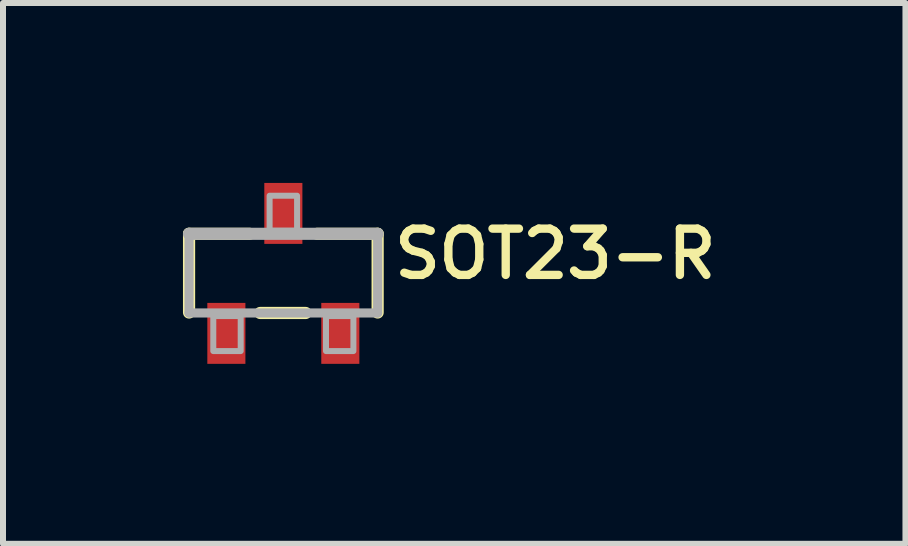
<source format=kicad_pcb>
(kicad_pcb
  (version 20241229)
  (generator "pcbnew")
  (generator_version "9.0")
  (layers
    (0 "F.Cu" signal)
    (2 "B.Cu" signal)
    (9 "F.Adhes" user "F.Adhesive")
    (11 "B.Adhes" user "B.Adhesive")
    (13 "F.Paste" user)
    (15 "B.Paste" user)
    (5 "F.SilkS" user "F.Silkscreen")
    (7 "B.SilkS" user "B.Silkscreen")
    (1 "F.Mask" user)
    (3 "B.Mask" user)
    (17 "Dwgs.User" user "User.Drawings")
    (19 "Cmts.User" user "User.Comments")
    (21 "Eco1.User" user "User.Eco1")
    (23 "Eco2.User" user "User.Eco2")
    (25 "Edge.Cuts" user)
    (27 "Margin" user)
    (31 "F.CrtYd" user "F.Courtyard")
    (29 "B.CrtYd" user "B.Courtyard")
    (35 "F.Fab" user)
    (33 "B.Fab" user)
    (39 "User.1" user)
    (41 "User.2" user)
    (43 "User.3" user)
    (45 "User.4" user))
  (footprint "SOT23-R"
    (layer "F.Cu")
    (at 1.674 1.508)
    (property "Reference" "SOT23-R" (at 1.778 0.127 0) (layer "F.SilkS") (effects (font (size 0.772 0.772) (thickness 0.139)) (justify left bottom)))
    (attr through_hole)
    (fp_line (start -1.572 -0.66) (end -0.564 -0.66) (stroke (width 0.203) (type solid)) (layer "F.SilkS"))
    (fp_line (start -1.572 0.652) (end -1.572 -0.66) (stroke (width 0.203) (type solid)) (layer "F.SilkS"))
    (fp_line (start 0.372 0.66) (end -0.386 0.66) (stroke (width 0.203) (type solid)) (layer "F.SilkS"))
    (fp_line (start 0.564 -0.66) (end 1.572 -0.66) (stroke (width 0.203) (type solid)) (layer "F.SilkS"))
    (fp_line (start 1.572 -0.66) (end 1.572 0.652) (stroke (width 0.203) (type solid)) (layer "F.SilkS"))
    (fp_line (start -1.572 -0.66) (end 1.572 -0.66) (stroke (width 0.203) (type solid)) (layer "F.Fab"))
    (fp_line (start -1.572 0.66) (end -1.572 -0.66) (stroke (width 0.152) (type solid)) (layer "F.Fab"))
    (fp_line (start 1.572 -0.66) (end 1.572 0.66) (stroke (width 0.152) (type solid)) (layer "F.Fab"))
    (fp_line (start 1.572 0.66) (end -1.572 0.66) (stroke (width 0.152) (type solid)) (layer "F.Fab"))
    (fp_poly (pts (xy -1.168 1.295) (xy -0.711 1.295) (xy -0.711 0.711) (xy -1.168 0.711)) (stroke (width 0.1) (type solid)) (fill no) (layer "F.Fab"))
    (fp_poly (pts (xy -0.229 -0.711) (xy 0.229 -0.711) (xy 0.229 -1.295) (xy -0.229 -1.295)) (stroke (width 0.1) (type solid)) (fill no) (layer "F.Fab"))
    (fp_poly (pts (xy 0.711 1.295) (xy 1.168 1.295) (xy 1.168 0.711) (xy 0.711 0.711)) (stroke (width 0.1) (type solid)) (fill no) (layer "F.Fab"))
    (pad "1" smd rect (at -0.95 1) (size 0.635 1.016) (layers "F.Cu" "F.Mask" "F.Paste"))
    (pad "2" smd rect (at 0.95 1) (size 0.635 1.016) (layers "F.Cu" "F.Mask" "F.Paste"))
    (pad "3" smd rect (at 0 -1) (size 0.635 1.016) (layers "F.Cu" "F.Mask" "F.Paste")))
  (gr_rect
    (start -3 -3)
    (end 12.046 6.016)
    (stroke (width 0.1) (type default))
    (fill no)
    (layer "Edge.Cuts")))
</source>
